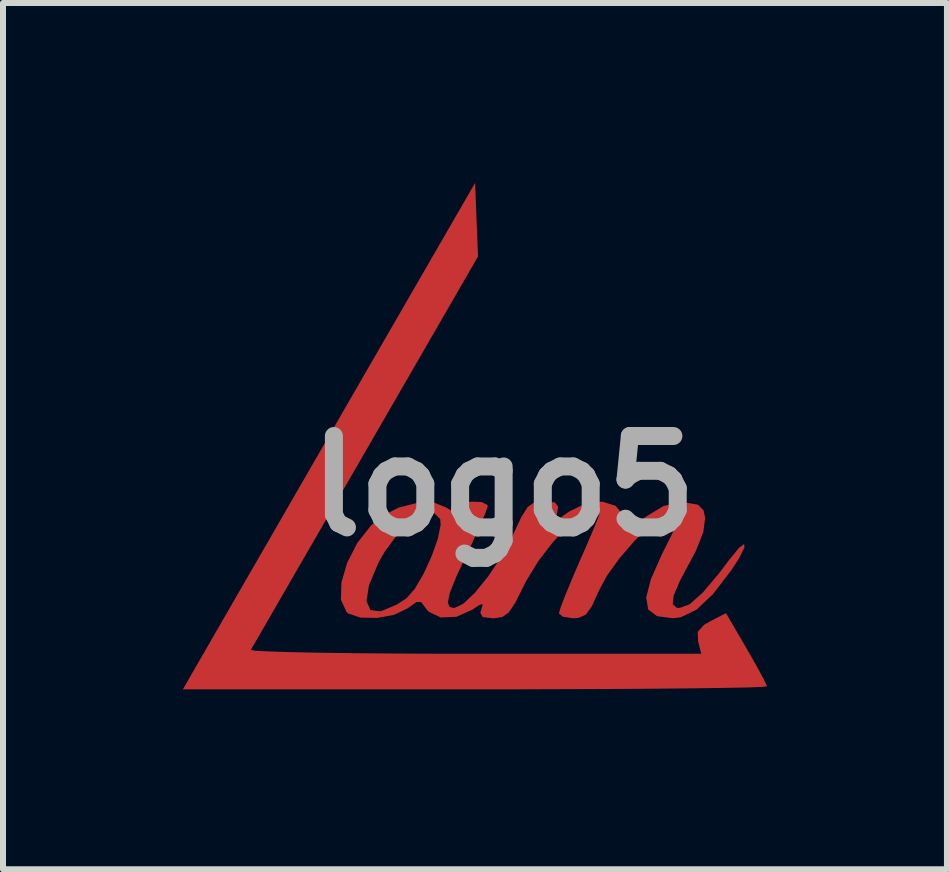
<source format=kicad_pcb>
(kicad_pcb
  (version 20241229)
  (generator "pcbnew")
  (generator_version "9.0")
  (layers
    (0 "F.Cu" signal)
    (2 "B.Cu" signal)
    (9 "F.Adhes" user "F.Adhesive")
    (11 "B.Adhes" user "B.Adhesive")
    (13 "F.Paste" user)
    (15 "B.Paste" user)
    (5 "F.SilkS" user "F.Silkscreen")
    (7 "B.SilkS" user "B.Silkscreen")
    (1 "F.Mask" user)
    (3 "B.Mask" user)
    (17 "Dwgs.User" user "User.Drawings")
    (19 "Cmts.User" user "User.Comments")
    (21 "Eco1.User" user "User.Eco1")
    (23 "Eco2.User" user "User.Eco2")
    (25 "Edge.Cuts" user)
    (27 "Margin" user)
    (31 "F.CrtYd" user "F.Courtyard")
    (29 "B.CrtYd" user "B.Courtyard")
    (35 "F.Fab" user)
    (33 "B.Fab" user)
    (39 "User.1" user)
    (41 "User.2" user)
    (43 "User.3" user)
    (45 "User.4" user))
  (footprint "logo5"
    (layer "F.Cu")
    (at 5.348 5.055)
    (property "Reference" "logo5" (at 0 0 0) (layer "F.Fab") (effects (font (size 1.524 1.524) (thickness 0.3))))
    (attr board_only exclude_from_pos_files exclude_from_bom)
    (fp_poly (pts (xy -0.452 -4.442) (xy -0.427 -3.829) (xy -2.303 -0.58) (xy -2.694 0.097) (xy -3.059 0.73) (xy -3.39 1.302) (xy -3.677 1.799) (xy -3.911 2.205) (xy -4.085 2.506) (xy -4.19 2.686) (xy -4.217 2.733) (xy -4.143 2.746) (xy -3.916 2.758) (xy -3.554 2.769) (xy -3.072 2.779) (xy -2.489 2.787) (xy -1.819 2.792) (xy -1.081 2.796) (xy -0.48 2.796) (xy 3.295 2.796) (xy 3.243 2.591) (xy 3.236 2.432) (xy 3.339 2.316) (xy 3.449 2.252) (xy 3.707 2.119) (xy 4.049 2.705) (xy 4.209 2.985) (xy 4.329 3.205) (xy 4.389 3.329) (xy 4.392 3.34) (xy 4.31 3.349) (xy 4.073 3.358) (xy 3.697 3.365) (xy 3.197 3.372) (xy 2.587 3.378) (xy 1.882 3.383) (xy 1.098 3.386) (xy 0.249 3.389) (xy -0.478 3.389) (xy -5.348 3.389) (xy -5.114 2.981) (xy -5.026 2.829) (xy -4.863 2.546) (xy -4.633 2.147) (xy -4.346 1.649) (xy -4.009 1.066) (xy -3.634 0.415) (xy -3.228 -0.289) (xy -2.8 -1.03) (xy -2.678 -1.242) (xy -0.476 -5.055)) (stroke (width 0) (type solid)) (fill yes) (layer "F.Cu"))
    (fp_poly (pts (xy 0.855 0.273) (xy 0.909 0.343) (xy 0.896 0.426) (xy 0.852 0.595) (xy 1.09 0.426) (xy 1.369 0.289) (xy 1.64 0.259) (xy 1.864 0.328) (xy 1.999 0.487) (xy 2.021 0.613) (xy 2.04 0.689) (xy 2.116 0.68) (xy 2.281 0.577) (xy 2.378 0.507) (xy 2.663 0.334) (xy 2.911 0.272) (xy 3.034 0.274) (xy 3.241 0.311) (xy 3.333 0.404) (xy 3.36 0.532) (xy 3.329 0.769) (xy 3.204 1.084) (xy 3.137 1.21) (xy 2.94 1.578) (xy 2.835 1.826) (xy 2.819 1.971) (xy 2.887 2.03) (xy 2.931 2.034) (xy 3.099 1.972) (xy 3.319 1.778) (xy 3.6 1.444) (xy 3.749 1.246) (xy 3.919 1.036) (xy 4.009 0.966) (xy 4.016 1.021) (xy 3.934 1.189) (xy 3.803 1.394) (xy 3.49 1.803) (xy 3.213 2.063) (xy 2.954 2.188) (xy 2.822 2.204) (xy 2.559 2.17) (xy 2.411 2.059) (xy 2.377 1.857) (xy 2.455 1.552) (xy 2.643 1.13) (xy 2.656 1.103) (xy 2.817 0.782) (xy 2.908 0.583) (xy 2.938 0.476) (xy 2.914 0.434) (xy 2.844 0.426) (xy 2.832 0.426) (xy 2.665 0.491) (xy 2.438 0.664) (xy 2.185 0.911) (xy 1.936 1.198) (xy 1.726 1.489) (xy 1.59 1.74) (xy 1.471 2.004) (xy 1.37 2.144) (xy 1.253 2.197) (xy 1.159 2.204) (xy 0.988 2.179) (xy 0.921 2.123) (xy 0.953 2.015) (xy 1.04 1.79) (xy 1.167 1.486) (xy 1.259 1.272) (xy 1.403 0.943) (xy 1.516 0.676) (xy 1.584 0.506) (xy 1.598 0.464) (xy 1.529 0.43) (xy 1.469 0.426) (xy 1.293 0.494) (xy 1.065 0.677) (xy 0.816 0.942) (xy 0.696 1.098) (xy 0.576 1.254) (xy 0.377 1.581) (xy 0.34 1.655) (xy 0.195 1.943) (xy 0.085 2.108) (xy -0.022 2.184) (xy -0.157 2.204) (xy -0.176 2.204) (xy -0.349 2.185) (xy -0.389 2.113) (xy -0.374 2.062) (xy -0.348 1.97) (xy -0.4 1.979) (xy -0.523 2.062) (xy -0.787 2.18) (xy -1.049 2.191) (xy -1.252 2.095) (xy -1.296 2.041) (xy -1.375 1.934) (xy -1.455 1.934) (xy -1.602 2.039) (xy -1.605 2.041) (xy -1.826 2.147) (xy -2.11 2.199) (xy -2.388 2.193) (xy -2.592 2.124) (xy -2.618 2.102) (xy -2.702 1.92) (xy -2.287 1.92) (xy -2.22 2.068) (xy -2.05 2.089) (xy -1.785 1.977) (xy -1.62 1.871) (xy -1.484 1.717) (xy -1.336 1.465) (xy -1.2 1.168) (xy -1.097 0.877) (xy -1.05 0.645) (xy -1.058 0.551) (xy -1.166 0.444) (xy -1.338 0.464) (xy -1.549 0.592) (xy -1.774 0.81) (xy -1.987 1.1) (xy -2.089 1.281) (xy -2.246 1.655) (xy -2.287 1.92) (xy -2.702 1.92) (xy -2.713 1.897) (xy -2.705 1.61) (xy -2.61 1.281) (xy -2.441 0.95) (xy -2.213 0.659) (xy -2.038 0.507) (xy -1.752 0.359) (xy -1.437 0.28) (xy -1.152 0.279) (xy -0.971 0.351) (xy -0.852 0.422) (xy -0.794 0.363) (xy -0.794 0.362) (xy -0.703 0.293) (xy -0.537 0.26) (xy -0.368 0.266) (xy -0.27 0.315) (xy -0.265 0.335) (xy -0.3 0.441) (xy -0.393 0.661) (xy -0.528 0.955) (xy -0.603 1.114) (xy -0.788 1.507) (xy -0.895 1.774) (xy -0.931 1.937) (xy -0.901 2.016) (xy -0.825 2.034) (xy -0.675 1.964) (xy -0.477 1.777) (xy -0.257 1.505) (xy -0.042 1.183) (xy 0.141 0.845) (xy 0.162 0.799) (xy 0.297 0.513) (xy 0.4 0.35) (xy 0.504 0.276) (xy 0.641 0.257) (xy 0.673 0.256)) (stroke (width 0) (type solid)) (fill yes) (layer "F.Cu"))
    (fp_poly (pts (xy -0.452 -4.442) (xy -0.427 -3.829) (xy -2.303 -0.58) (xy -2.694 0.097) (xy -3.059 0.73) (xy -3.39 1.302) (xy -3.677 1.799) (xy -3.911 2.205) (xy -4.085 2.506) (xy -4.19 2.686) (xy -4.217 2.733) (xy -4.143 2.746) (xy -3.916 2.758) (xy -3.554 2.769) (xy -3.072 2.779) (xy -2.489 2.787) (xy -1.819 2.792) (xy -1.081 2.796) (xy -0.48 2.796) (xy 3.295 2.796) (xy 3.243 2.591) (xy 3.236 2.432) (xy 3.339 2.316) (xy 3.449 2.252) (xy 3.707 2.119) (xy 4.049 2.705) (xy 4.209 2.985) (xy 4.329 3.205) (xy 4.389 3.329) (xy 4.392 3.34) (xy 4.31 3.349) (xy 4.073 3.358) (xy 3.697 3.365) (xy 3.197 3.372) (xy 2.587 3.378) (xy 1.882 3.383) (xy 1.098 3.386) (xy 0.249 3.389) (xy -0.478 3.389) (xy -5.348 3.389) (xy -5.114 2.981) (xy -5.026 2.829) (xy -4.863 2.546) (xy -4.633 2.147) (xy -4.346 1.649) (xy -4.009 1.066) (xy -3.634 0.415) (xy -3.228 -0.289) (xy -2.8 -1.03) (xy -2.678 -1.242) (xy -0.476 -5.055)) (stroke (width 0) (type solid)) (fill yes) (layer "F.Mask"))
    (fp_poly (pts (xy 0.855 0.273) (xy 0.909 0.343) (xy 0.896 0.426) (xy 0.852 0.595) (xy 1.09 0.426) (xy 1.369 0.289) (xy 1.64 0.259) (xy 1.864 0.328) (xy 1.999 0.487) (xy 2.021 0.613) (xy 2.04 0.689) (xy 2.116 0.68) (xy 2.281 0.577) (xy 2.378 0.507) (xy 2.663 0.334) (xy 2.911 0.272) (xy 3.034 0.274) (xy 3.241 0.311) (xy 3.333 0.404) (xy 3.36 0.532) (xy 3.329 0.769) (xy 3.204 1.084) (xy 3.137 1.21) (xy 2.94 1.578) (xy 2.835 1.826) (xy 2.819 1.971) (xy 2.887 2.03) (xy 2.931 2.034) (xy 3.099 1.972) (xy 3.319 1.778) (xy 3.6 1.444) (xy 3.749 1.246) (xy 3.919 1.036) (xy 4.009 0.966) (xy 4.016 1.021) (xy 3.934 1.189) (xy 3.803 1.394) (xy 3.49 1.803) (xy 3.213 2.063) (xy 2.954 2.188) (xy 2.822 2.204) (xy 2.559 2.17) (xy 2.411 2.059) (xy 2.377 1.857) (xy 2.455 1.552) (xy 2.643 1.13) (xy 2.656 1.103) (xy 2.817 0.782) (xy 2.908 0.583) (xy 2.938 0.476) (xy 2.914 0.434) (xy 2.844 0.426) (xy 2.832 0.426) (xy 2.665 0.491) (xy 2.438 0.664) (xy 2.185 0.911) (xy 1.936 1.198) (xy 1.726 1.489) (xy 1.59 1.74) (xy 1.471 2.004) (xy 1.37 2.144) (xy 1.253 2.197) (xy 1.159 2.204) (xy 0.988 2.179) (xy 0.921 2.123) (xy 0.953 2.015) (xy 1.04 1.79) (xy 1.167 1.486) (xy 1.259 1.272) (xy 1.403 0.943) (xy 1.516 0.676) (xy 1.584 0.506) (xy 1.598 0.464) (xy 1.529 0.43) (xy 1.469 0.426) (xy 1.293 0.494) (xy 1.065 0.677) (xy 0.816 0.942) (xy 0.696 1.098) (xy 0.576 1.254) (xy 0.377 1.581) (xy 0.34 1.655) (xy 0.195 1.943) (xy 0.085 2.108) (xy -0.022 2.184) (xy -0.157 2.204) (xy -0.176 2.204) (xy -0.349 2.185) (xy -0.389 2.113) (xy -0.374 2.062) (xy -0.348 1.97) (xy -0.4 1.979) (xy -0.523 2.062) (xy -0.787 2.18) (xy -1.049 2.191) (xy -1.252 2.095) (xy -1.296 2.041) (xy -1.375 1.934) (xy -1.455 1.934) (xy -1.602 2.039) (xy -1.605 2.041) (xy -1.826 2.147) (xy -2.11 2.199) (xy -2.388 2.193) (xy -2.592 2.124) (xy -2.618 2.102) (xy -2.702 1.92) (xy -2.287 1.92) (xy -2.22 2.068) (xy -2.05 2.089) (xy -1.785 1.977) (xy -1.62 1.871) (xy -1.484 1.717) (xy -1.336 1.465) (xy -1.2 1.168) (xy -1.097 0.877) (xy -1.05 0.645) (xy -1.058 0.551) (xy -1.166 0.444) (xy -1.338 0.464) (xy -1.549 0.592) (xy -1.774 0.81) (xy -1.987 1.1) (xy -2.089 1.281) (xy -2.246 1.655) (xy -2.287 1.92) (xy -2.702 1.92) (xy -2.713 1.897) (xy -2.705 1.61) (xy -2.61 1.281) (xy -2.441 0.95) (xy -2.213 0.659) (xy -2.038 0.507) (xy -1.752 0.359) (xy -1.437 0.28) (xy -1.152 0.279) (xy -0.971 0.351) (xy -0.852 0.422) (xy -0.794 0.363) (xy -0.794 0.362) (xy -0.703 0.293) (xy -0.537 0.26) (xy -0.368 0.266) (xy -0.27 0.315) (xy -0.265 0.335) (xy -0.3 0.441) (xy -0.393 0.661) (xy -0.528 0.955) (xy -0.603 1.114) (xy -0.788 1.507) (xy -0.895 1.774) (xy -0.931 1.937) (xy -0.901 2.016) (xy -0.825 2.034) (xy -0.675 1.964) (xy -0.477 1.777) (xy -0.257 1.505) (xy -0.042 1.183) (xy 0.141 0.845) (xy 0.162 0.799) (xy 0.297 0.513) (xy 0.4 0.35) (xy 0.504 0.276) (xy 0.641 0.257) (xy 0.673 0.256)) (stroke (width 0) (type solid)) (fill yes) (layer "F.Mask")))
  (gr_rect
    (start -3 -3)
    (end 12.74 11.445)
    (stroke (width 0.1) (type default))
    (fill no)
    (layer "Edge.Cuts")))
</source>
